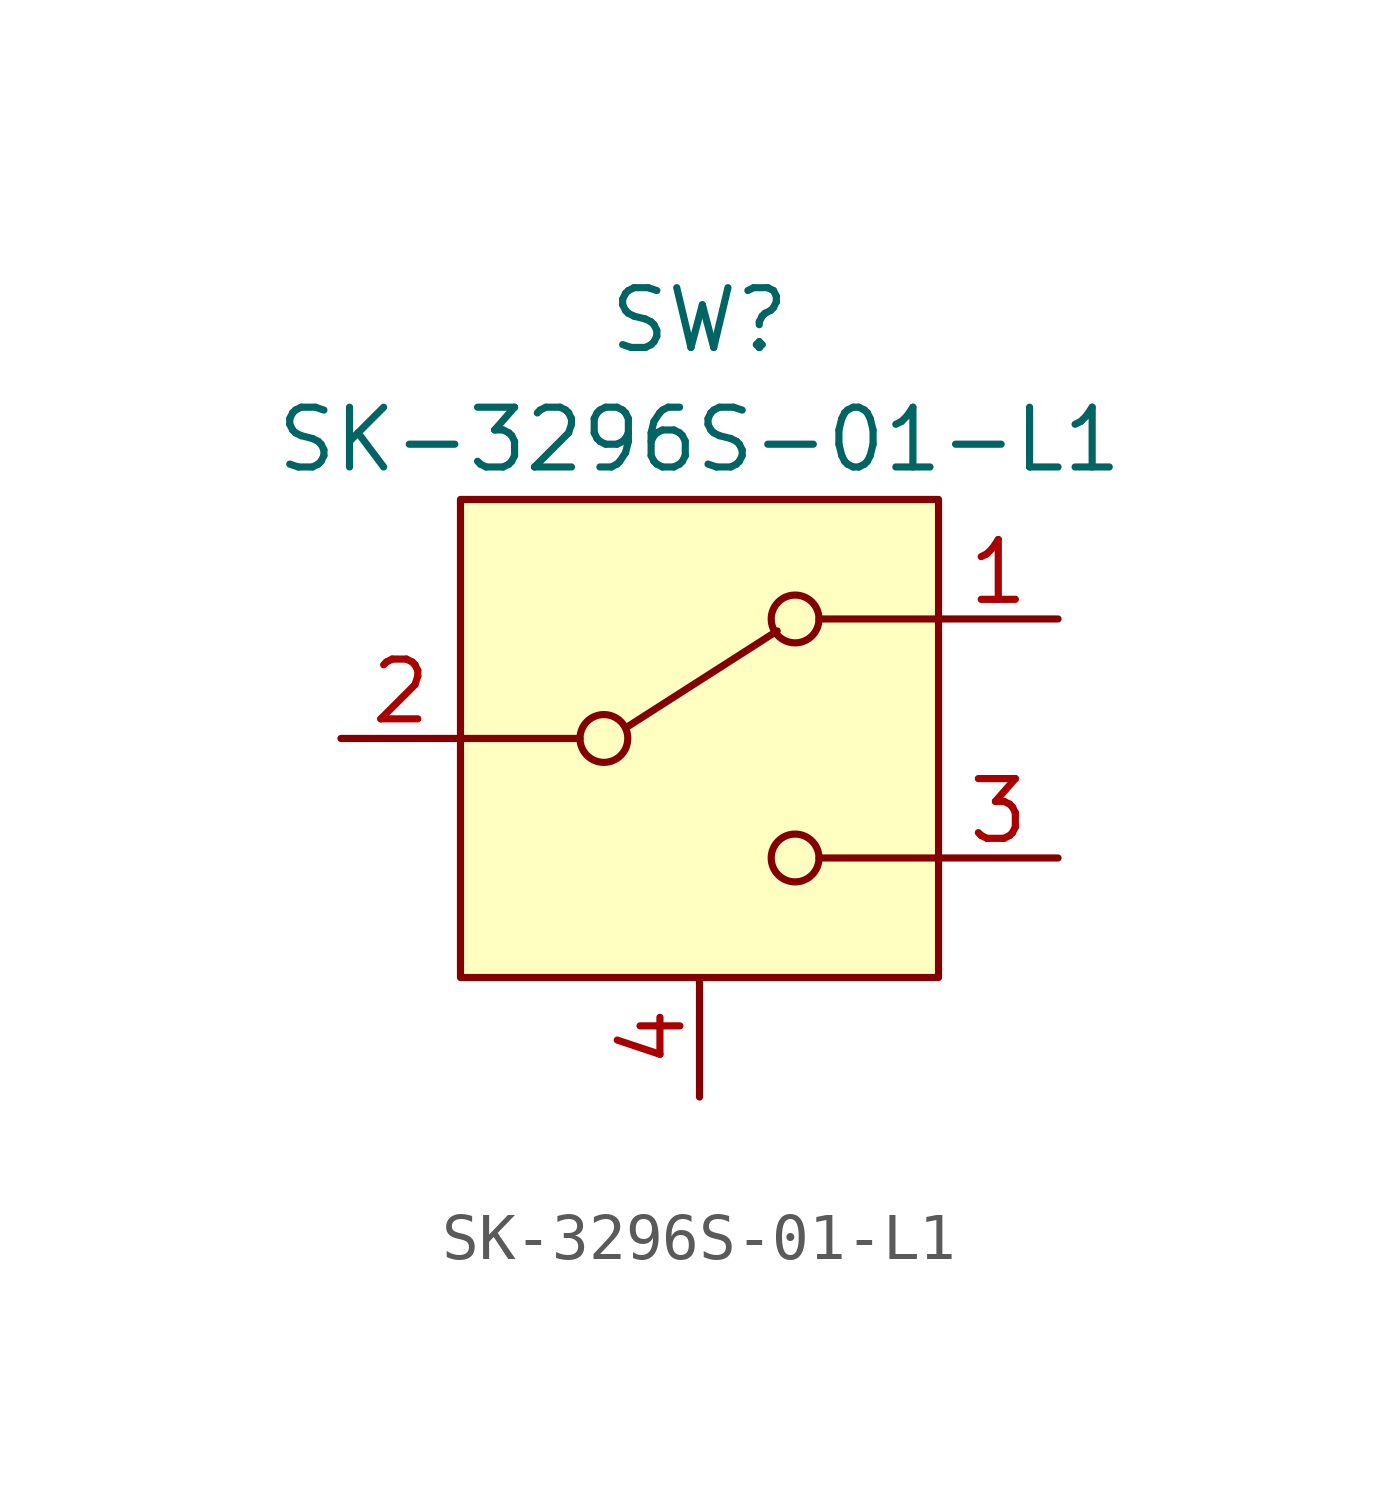
<source format=kicad_sym>
(kicad_symbol_lib
  (version 20211014)
  (generator kicad_symbol_editor)
  (symbol "SK-3296S-01-L1"
    (pin_names
      (offset 0) hide)
    (property "Reference" "SW"
      (at 0 8.89 0)
      (effects (font (size 1.27 1.27))))
    (property "Value" "SK-3296S-01-L1"
      (at 0 6.35 0)
      (effects (font (size 1.27 1.27))))
    (symbol "SK-3296S-01-L1_0_0"
      (circle (center -2.032 0) (radius 0.508) (stroke (width 0) (type default) (color 0 0 0 0)) (fill (type none)))
      (circle (center 2.032 -2.54) (radius 0.508) (stroke (width 0) (type default) (color 0 0 0 0)) (fill (type none))))
    (symbol "SK-3296S-01-L1_0_1"
      (rectangle (start -5.08 5.08) (end 5.08 -5.08) (stroke (width 0) (type default) (color 0 0 0 0)) (fill (type background)))
      (polyline (pts (xy -5.08 0) (xy -2.54 0)) (stroke (width 0) (type default) (color 0 0 0 0)) (fill (type none)))
      (polyline (pts (xy -1.524 0.254) (xy 1.651 2.286)) (stroke (width 0) (type default) (color 0 0 0 0)) (fill (type none)))
      (polyline (pts (xy 2.54 2.54) (xy 5.08 2.54)) (stroke (width 0) (type default) (color 0 0 0 0)) (fill (type none)))
      (polyline (pts (xy 5.08 -2.54) (xy 2.54 -2.54)) (stroke (width 0) (type default) (color 0 0 0 0)) (fill (type none)))
      (circle (center 2.032 2.54) (radius 0.508) (stroke (width 0) (type default) (color 0 0 0 0)) (fill (type none))))
    (symbol "SK-3296S-01-L1_1_1"
      (pin passive line (at 7.62 2.54 180) (length 2.54) (name "A" (effects (font (size 1.27 1.27)))) (number "1" (effects (font (size 1.27 1.27)))))
      (pin passive line (at -7.62 0 0) (length 2.54) (name "B" (effects (font (size 1.27 1.27)))) (number "2" (effects (font (size 1.27 1.27)))))
      (pin passive line (at 7.62 -2.54 180) (length 2.54) (name "C" (effects (font (size 1.27 1.27)))) (number "3" (effects (font (size 1.27 1.27)))))
      (pin passive line (at 0 -7.62 90) (length 2.54) (name "CHASSIS" (effects (font (size 1.27 1.27)))) (number "4" (effects (font (size 1.27 1.27))))))))
</source>
